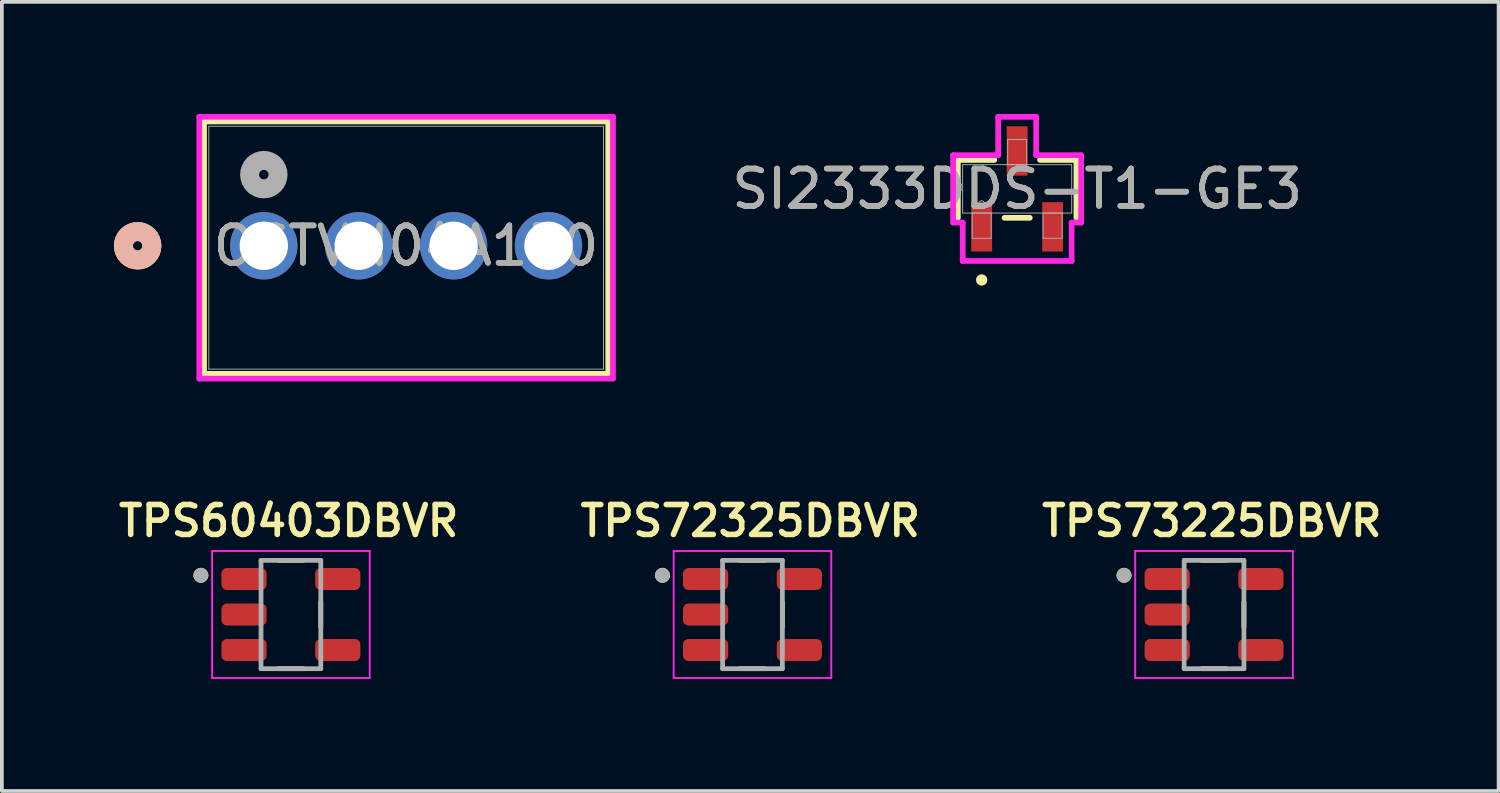
<source format=kicad_pcb>
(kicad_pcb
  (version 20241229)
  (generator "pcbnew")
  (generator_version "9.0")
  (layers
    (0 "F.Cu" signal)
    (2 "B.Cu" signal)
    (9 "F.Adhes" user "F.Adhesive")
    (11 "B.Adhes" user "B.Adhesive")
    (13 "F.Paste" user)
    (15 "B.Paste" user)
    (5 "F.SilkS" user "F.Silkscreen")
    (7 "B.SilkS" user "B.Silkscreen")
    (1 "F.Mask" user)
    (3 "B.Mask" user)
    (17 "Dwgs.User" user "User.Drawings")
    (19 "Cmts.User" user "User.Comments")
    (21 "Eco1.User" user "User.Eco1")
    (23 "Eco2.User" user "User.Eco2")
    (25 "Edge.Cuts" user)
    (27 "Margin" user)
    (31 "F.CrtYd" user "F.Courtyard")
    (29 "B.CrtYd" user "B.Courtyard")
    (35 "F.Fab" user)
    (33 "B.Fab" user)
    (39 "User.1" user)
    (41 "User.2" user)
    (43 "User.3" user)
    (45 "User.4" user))
  (footprint "TPS72325DBVR"
    (layer "F.Cu")
    (at 17.095 13.402)
    (property "Reference" "TPS72325DBVR" (at -0.06 -2.508 0) (layer "F.SilkS") (effects (font (size 0.8 0.8) (thickness 0.15))))
    (attr smd)
    (fp_line (start -0.33 -1.45) (end 0.33 -1.45) (stroke (width 0.127) (type solid)) (layer "F.SilkS"))
    (fp_line (start 0.33 1.45) (end -0.33 1.45) (stroke (width 0.127) (type solid)) (layer "F.SilkS"))
    (fp_line (start 0.8 -0.335) (end 0.8 0.335) (stroke (width 0.127) (type solid)) (layer "F.SilkS"))
    (fp_circle (center -2.41 -1.05) (end -2.31 -1.05) (stroke (width 0.2) (type solid)) (fill no) (layer "F.SilkS"))
    (fp_line (start -2.11 -1.7) (end 2.11 -1.7) (stroke (width 0.05) (type solid)) (layer "F.CrtYd"))
    (fp_line (start -2.11 1.7) (end -2.11 -1.7) (stroke (width 0.05) (type solid)) (layer "F.CrtYd"))
    (fp_line (start 2.11 -1.7) (end 2.11 1.7) (stroke (width 0.05) (type solid)) (layer "F.CrtYd"))
    (fp_line (start 2.11 1.7) (end -2.11 1.7) (stroke (width 0.05) (type solid)) (layer "F.CrtYd"))
    (fp_line (start -0.8 -1.45) (end 0.8 -1.45) (stroke (width 0.127) (type solid)) (layer "F.Fab"))
    (fp_line (start -0.8 1.45) (end -0.8 -1.45) (stroke (width 0.127) (type solid)) (layer "F.Fab"))
    (fp_line (start 0.8 -1.45) (end 0.8 1.45) (stroke (width 0.127) (type solid)) (layer "F.Fab"))
    (fp_line (start 0.8 1.45) (end -0.8 1.45) (stroke (width 0.127) (type solid)) (layer "F.Fab"))
    (fp_circle (center -2.41 -1.05) (end -2.31 -1.05) (stroke (width 0.2) (type solid)) (fill no) (layer "F.Fab"))
    (pad "1" smd roundrect (at -1.255 -0.95) (size 1.21 0.59) (layers "F.Cu" "F.Mask" "F.Paste") (roundrect_rratio 0.25))
    (pad "2" smd roundrect (at -1.255 0) (size 1.21 0.59) (layers "F.Cu" "F.Mask" "F.Paste") (roundrect_rratio 0.25))
    (pad "3" smd roundrect (at -1.255 0.95) (size 1.21 0.59) (layers "F.Cu" "F.Mask" "F.Paste") (roundrect_rratio 0.25))
    (pad "4" smd roundrect (at 1.255 0.95) (size 1.21 0.59) (layers "F.Cu" "F.Mask" "F.Paste") (roundrect_rratio 0.25))
    (pad "5" smd roundrect (at 1.255 -0.95) (size 1.21 0.59) (layers "F.Cu" "F.Mask" "F.Paste") (roundrect_rratio 0.25)))
  (footprint "SI2333DDS-T1-GE3"
    (layer "F.Cu")
    (at 24.181 2.007)
    (property "Reference" "SI2333DDS-T1-GE3" (at 0 0 0) (unlocked yes) (layer "F.SilkS") (effects (font (size 1 1) (thickness 0.15))))
    (attr smd)
    (fp_line (start -1.587 -0.775) (end -1.587 0.775) (stroke (width 0.152) (type solid)) (layer "F.SilkS"))
    (fp_line (start -0.612 -0.775) (end -1.587 -0.775) (stroke (width 0.152) (type solid)) (layer "F.SilkS"))
    (fp_line (start -0.338 0.775) (end 0.338 0.775) (stroke (width 0.152) (type solid)) (layer "F.SilkS"))
    (fp_line (start 1.587 -0.775) (end 0.612 -0.775) (stroke (width 0.152) (type solid)) (layer "F.SilkS"))
    (fp_line (start 1.587 0.775) (end 1.587 -0.775) (stroke (width 0.152) (type solid)) (layer "F.SilkS"))
    (fp_circle (center -0.95 2.438) (end -0.874 2.438) (stroke (width 0.152) (type solid)) (fill no) (layer "F.SilkS"))
    (fp_line (start -1.714 -0.902) (end -0.508 -0.902) (stroke (width 0.152) (type solid)) (layer "F.CrtYd"))
    (fp_line (start -1.714 0.902) (end -1.714 -0.902) (stroke (width 0.152) (type solid)) (layer "F.CrtYd"))
    (fp_line (start -1.714 0.902) (end -1.458 0.902) (stroke (width 0.152) (type solid)) (layer "F.CrtYd"))
    (fp_line (start -1.458 0.902) (end -1.458 1.93) (stroke (width 0.152) (type solid)) (layer "F.CrtYd"))
    (fp_line (start -1.458 1.93) (end 1.458 1.93) (stroke (width 0.152) (type solid)) (layer "F.CrtYd"))
    (fp_line (start -0.508 -1.93) (end 0.508 -1.93) (stroke (width 0.152) (type solid)) (layer "F.CrtYd"))
    (fp_line (start -0.508 -0.902) (end -0.508 -1.93) (stroke (width 0.152) (type solid)) (layer "F.CrtYd"))
    (fp_line (start 0.508 -0.902) (end 0.508 -1.93) (stroke (width 0.152) (type solid)) (layer "F.CrtYd"))
    (fp_line (start 1.458 0.902) (end 1.458 1.93) (stroke (width 0.152) (type solid)) (layer "F.CrtYd"))
    (fp_line (start 1.714 -0.902) (end 0.508 -0.902) (stroke (width 0.152) (type solid)) (layer "F.CrtYd"))
    (fp_line (start 1.714 -0.902) (end 1.714 0.902) (stroke (width 0.152) (type solid)) (layer "F.CrtYd"))
    (fp_line (start 1.714 0.902) (end 1.458 0.902) (stroke (width 0.152) (type solid)) (layer "F.CrtYd"))
    (fp_line (start -1.46 -0.648) (end -1.46 0.648) (stroke (width 0.025) (type solid)) (layer "F.Fab"))
    (fp_line (start -1.46 0.648) (end 1.46 0.648) (stroke (width 0.025) (type solid)) (layer "F.Fab"))
    (fp_line (start -1.204 0.648) (end -1.204 1.321) (stroke (width 0.025) (type solid)) (layer "F.Fab"))
    (fp_line (start -1.204 1.321) (end -0.696 1.321) (stroke (width 0.025) (type solid)) (layer "F.Fab"))
    (fp_line (start -0.696 0.648) (end -1.204 0.648) (stroke (width 0.025) (type solid)) (layer "F.Fab"))
    (fp_line (start -0.696 1.321) (end -0.696 0.648) (stroke (width 0.025) (type solid)) (layer "F.Fab"))
    (fp_line (start -0.254 -1.321) (end -0.254 -0.648) (stroke (width 0.025) (type solid)) (layer "F.Fab"))
    (fp_line (start -0.254 -0.648) (end 0.254 -0.648) (stroke (width 0.025) (type solid)) (layer "F.Fab"))
    (fp_line (start 0.254 -1.321) (end -0.254 -1.321) (stroke (width 0.025) (type solid)) (layer "F.Fab"))
    (fp_line (start 0.254 -0.648) (end 0.254 -1.321) (stroke (width 0.025) (type solid)) (layer "F.Fab"))
    (fp_line (start 0.696 0.648) (end 0.696 1.321) (stroke (width 0.025) (type solid)) (layer "F.Fab"))
    (fp_line (start 0.696 1.321) (end 1.204 1.321) (stroke (width 0.025) (type solid)) (layer "F.Fab"))
    (fp_line (start 1.204 0.648) (end 0.696 0.648) (stroke (width 0.025) (type solid)) (layer "F.Fab"))
    (fp_line (start 1.204 1.321) (end 1.204 0.648) (stroke (width 0.025) (type solid)) (layer "F.Fab"))
    (fp_line (start 1.46 -0.648) (end -1.46 -0.648) (stroke (width 0.025) (type solid)) (layer "F.Fab"))
    (fp_line (start 1.46 0.648) (end 1.46 -0.648) (stroke (width 0.025) (type solid)) (layer "F.Fab"))
    (fp_circle (center -0.95 0.394) (end -0.874 0.394) (stroke (width 0.025) (type solid)) (fill no) (layer "F.Fab"))
    (fp_text user "${REFERENCE}" (at 0 0 0) (unlocked yes) (layer "F.Fab") (effects (font (size 1 1) (thickness 0.15))))
    (pad "1" smd rect (at -0.95 1.016) (size 0.559 1.321) (layers "F.Cu" "F.Mask" "F.Paste"))
    (pad "2" smd rect (at 0.95 1.016) (size 0.559 1.321) (layers "F.Cu" "F.Mask" "F.Paste"))
    (pad "3" smd rect (at 0 -1.016) (size 0.559 1.321) (layers "F.Cu" "F.Mask" "F.Paste")))
  (footprint "TPS60403DBVR"
    (layer "F.Cu")
    (at 4.738 13.402)
    (property "Reference" "TPS60403DBVR" (at -0.06 -2.508 0) (layer "F.SilkS") (effects (font (size 0.8 0.8) (thickness 0.15))))
    (attr smd)
    (fp_line (start -0.33 -1.45) (end 0.33 -1.45) (stroke (width 0.127) (type solid)) (layer "F.SilkS"))
    (fp_line (start 0.33 1.45) (end -0.33 1.45) (stroke (width 0.127) (type solid)) (layer "F.SilkS"))
    (fp_line (start 0.8 -0.335) (end 0.8 0.335) (stroke (width 0.127) (type solid)) (layer "F.SilkS"))
    (fp_circle (center -2.41 -1.05) (end -2.31 -1.05) (stroke (width 0.2) (type solid)) (fill no) (layer "F.SilkS"))
    (fp_line (start -2.11 -1.7) (end 2.11 -1.7) (stroke (width 0.05) (type solid)) (layer "F.CrtYd"))
    (fp_line (start -2.11 1.7) (end -2.11 -1.7) (stroke (width 0.05) (type solid)) (layer "F.CrtYd"))
    (fp_line (start 2.11 -1.7) (end 2.11 1.7) (stroke (width 0.05) (type solid)) (layer "F.CrtYd"))
    (fp_line (start 2.11 1.7) (end -2.11 1.7) (stroke (width 0.05) (type solid)) (layer "F.CrtYd"))
    (fp_line (start -0.8 -1.45) (end 0.8 -1.45) (stroke (width 0.127) (type solid)) (layer "F.Fab"))
    (fp_line (start -0.8 1.45) (end -0.8 -1.45) (stroke (width 0.127) (type solid)) (layer "F.Fab"))
    (fp_line (start 0.8 -1.45) (end 0.8 1.45) (stroke (width 0.127) (type solid)) (layer "F.Fab"))
    (fp_line (start 0.8 1.45) (end -0.8 1.45) (stroke (width 0.127) (type solid)) (layer "F.Fab"))
    (fp_circle (center -2.41 -1.05) (end -2.31 -1.05) (stroke (width 0.2) (type solid)) (fill no) (layer "F.Fab"))
    (pad "1" smd roundrect (at -1.255 -0.95) (size 1.21 0.59) (layers "F.Cu" "F.Mask" "F.Paste") (roundrect_rratio 0.25))
    (pad "2" smd roundrect (at -1.255 0) (size 1.21 0.59) (layers "F.Cu" "F.Mask" "F.Paste") (roundrect_rratio 0.25))
    (pad "3" smd roundrect (at -1.255 0.95) (size 1.21 0.59) (layers "F.Cu" "F.Mask" "F.Paste") (roundrect_rratio 0.25))
    (pad "4" smd roundrect (at 1.255 0.95) (size 1.21 0.59) (layers "F.Cu" "F.Mask" "F.Paste") (roundrect_rratio 0.25))
    (pad "5" smd roundrect (at 1.255 -0.95) (size 1.21 0.59) (layers "F.Cu" "F.Mask" "F.Paste") (roundrect_rratio 0.25)))
  (footprint "OSTVN04A150"
    (layer "F.Cu")
    (at 4.013 3.53)
    (property "Reference" "OSTVN04A150" (at 3.81 0 0) (unlocked yes) (layer "F.SilkS") (effects (font (size 1 1) (thickness 0.15))))
    (attr through_hole)
    (fp_line (start -1.6 -3.327) (end -1.6 3.429) (stroke (width 0.152) (type solid)) (layer "F.SilkS"))
    (fp_line (start -1.6 3.429) (end 9.22 3.429) (stroke (width 0.152) (type solid)) (layer "F.SilkS"))
    (fp_line (start 9.22 -3.327) (end -1.6 -3.327) (stroke (width 0.152) (type solid)) (layer "F.SilkS"))
    (fp_line (start 9.22 3.429) (end 9.22 -3.327) (stroke (width 0.152) (type solid)) (layer "F.SilkS"))
    (fp_circle (center -3.378 0) (end -2.997 0) (stroke (width 0.508) (type solid)) (fill no) (layer "F.SilkS"))
    (fp_circle (center -3.378 0) (end -2.997 0) (stroke (width 0.508) (type solid)) (fill no) (layer "B.SilkS"))
    (fp_line (start -1.727 -3.454) (end -1.727 3.556) (stroke (width 0.152) (type solid)) (layer "F.CrtYd"))
    (fp_line (start -1.727 3.556) (end 9.347 3.556) (stroke (width 0.152) (type solid)) (layer "F.CrtYd"))
    (fp_line (start 9.347 -3.454) (end -1.727 -3.454) (stroke (width 0.152) (type solid)) (layer "F.CrtYd"))
    (fp_line (start 9.347 3.556) (end 9.347 -3.454) (stroke (width 0.152) (type solid)) (layer "F.CrtYd"))
    (fp_line (start -1.473 -3.2) (end -1.473 3.302) (stroke (width 0.025) (type solid)) (layer "F.Fab"))
    (fp_line (start -1.473 3.302) (end 9.093 3.302) (stroke (width 0.025) (type solid)) (layer "F.Fab"))
    (fp_line (start 9.093 -3.2) (end -1.473 -3.2) (stroke (width 0.025) (type solid)) (layer "F.Fab"))
    (fp_line (start 9.093 3.302) (end 9.093 -3.2) (stroke (width 0.025) (type solid)) (layer "F.Fab"))
    (fp_circle (center 0 -1.905) (end 0.381 -1.905) (stroke (width 0.508) (type solid)) (fill no) (layer "F.Fab"))
    (fp_text user "${REFERENCE}" (at 3.81 0 0) (unlocked yes) (layer "F.Fab") (effects (font (size 1 1) (thickness 0.15))))
    (pad "1" thru_hole circle (at 0 0) (size 1.803 1.803) (drill 1.295) (layers "*.Cu" "*.Mask"))
    (pad "2" thru_hole circle (at 2.54 0) (size 1.803 1.803) (drill 1.295) (layers "*.Cu" "*.Mask"))
    (pad "3" thru_hole circle (at 5.08 0) (size 1.803 1.803) (drill 1.295) (layers "*.Cu" "*.Mask"))
    (pad "4" thru_hole circle (at 7.62 0) (size 1.803 1.803) (drill 1.295) (layers "*.Cu" "*.Mask")))
  (footprint "TPS73225DBVR"
    (layer "F.Cu")
    (at 29.452 13.402)
    (property "Reference" "TPS73225DBVR" (at -0.06 -2.508 0) (layer "F.SilkS") (effects (font (size 0.8 0.8) (thickness 0.15))))
    (attr smd)
    (fp_line (start -0.33 -1.45) (end 0.33 -1.45) (stroke (width 0.127) (type solid)) (layer "F.SilkS"))
    (fp_line (start 0.33 1.45) (end -0.33 1.45) (stroke (width 0.127) (type solid)) (layer "F.SilkS"))
    (fp_line (start 0.8 -0.335) (end 0.8 0.335) (stroke (width 0.127) (type solid)) (layer "F.SilkS"))
    (fp_circle (center -2.41 -1.05) (end -2.31 -1.05) (stroke (width 0.2) (type solid)) (fill no) (layer "F.SilkS"))
    (fp_line (start -2.11 -1.7) (end 2.11 -1.7) (stroke (width 0.05) (type solid)) (layer "F.CrtYd"))
    (fp_line (start -2.11 1.7) (end -2.11 -1.7) (stroke (width 0.05) (type solid)) (layer "F.CrtYd"))
    (fp_line (start 2.11 -1.7) (end 2.11 1.7) (stroke (width 0.05) (type solid)) (layer "F.CrtYd"))
    (fp_line (start 2.11 1.7) (end -2.11 1.7) (stroke (width 0.05) (type solid)) (layer "F.CrtYd"))
    (fp_line (start -0.8 -1.45) (end 0.8 -1.45) (stroke (width 0.127) (type solid)) (layer "F.Fab"))
    (fp_line (start -0.8 1.45) (end -0.8 -1.45) (stroke (width 0.127) (type solid)) (layer "F.Fab"))
    (fp_line (start 0.8 -1.45) (end 0.8 1.45) (stroke (width 0.127) (type solid)) (layer "F.Fab"))
    (fp_line (start 0.8 1.45) (end -0.8 1.45) (stroke (width 0.127) (type solid)) (layer "F.Fab"))
    (fp_circle (center -2.41 -1.05) (end -2.31 -1.05) (stroke (width 0.2) (type solid)) (fill no) (layer "F.Fab"))
    (pad "1" smd roundrect (at -1.255 -0.95) (size 1.21 0.59) (layers "F.Cu" "F.Mask" "F.Paste") (roundrect_rratio 0.25))
    (pad "2" smd roundrect (at -1.255 0) (size 1.21 0.59) (layers "F.Cu" "F.Mask" "F.Paste") (roundrect_rratio 0.25))
    (pad "3" smd roundrect (at -1.255 0.95) (size 1.21 0.59) (layers "F.Cu" "F.Mask" "F.Paste") (roundrect_rratio 0.25))
    (pad "4" smd roundrect (at 1.255 0.95) (size 1.21 0.59) (layers "F.Cu" "F.Mask" "F.Paste") (roundrect_rratio 0.25))
    (pad "5" smd roundrect (at 1.255 -0.95) (size 1.21 0.59) (layers "F.Cu" "F.Mask" "F.Paste") (roundrect_rratio 0.25)))
  (gr_rect
    (start -3 -3)
    (end 37.07 18.127)
    (stroke (width 0.1) (type default))
    (fill no)
    (layer "Edge.Cuts")))
</source>
